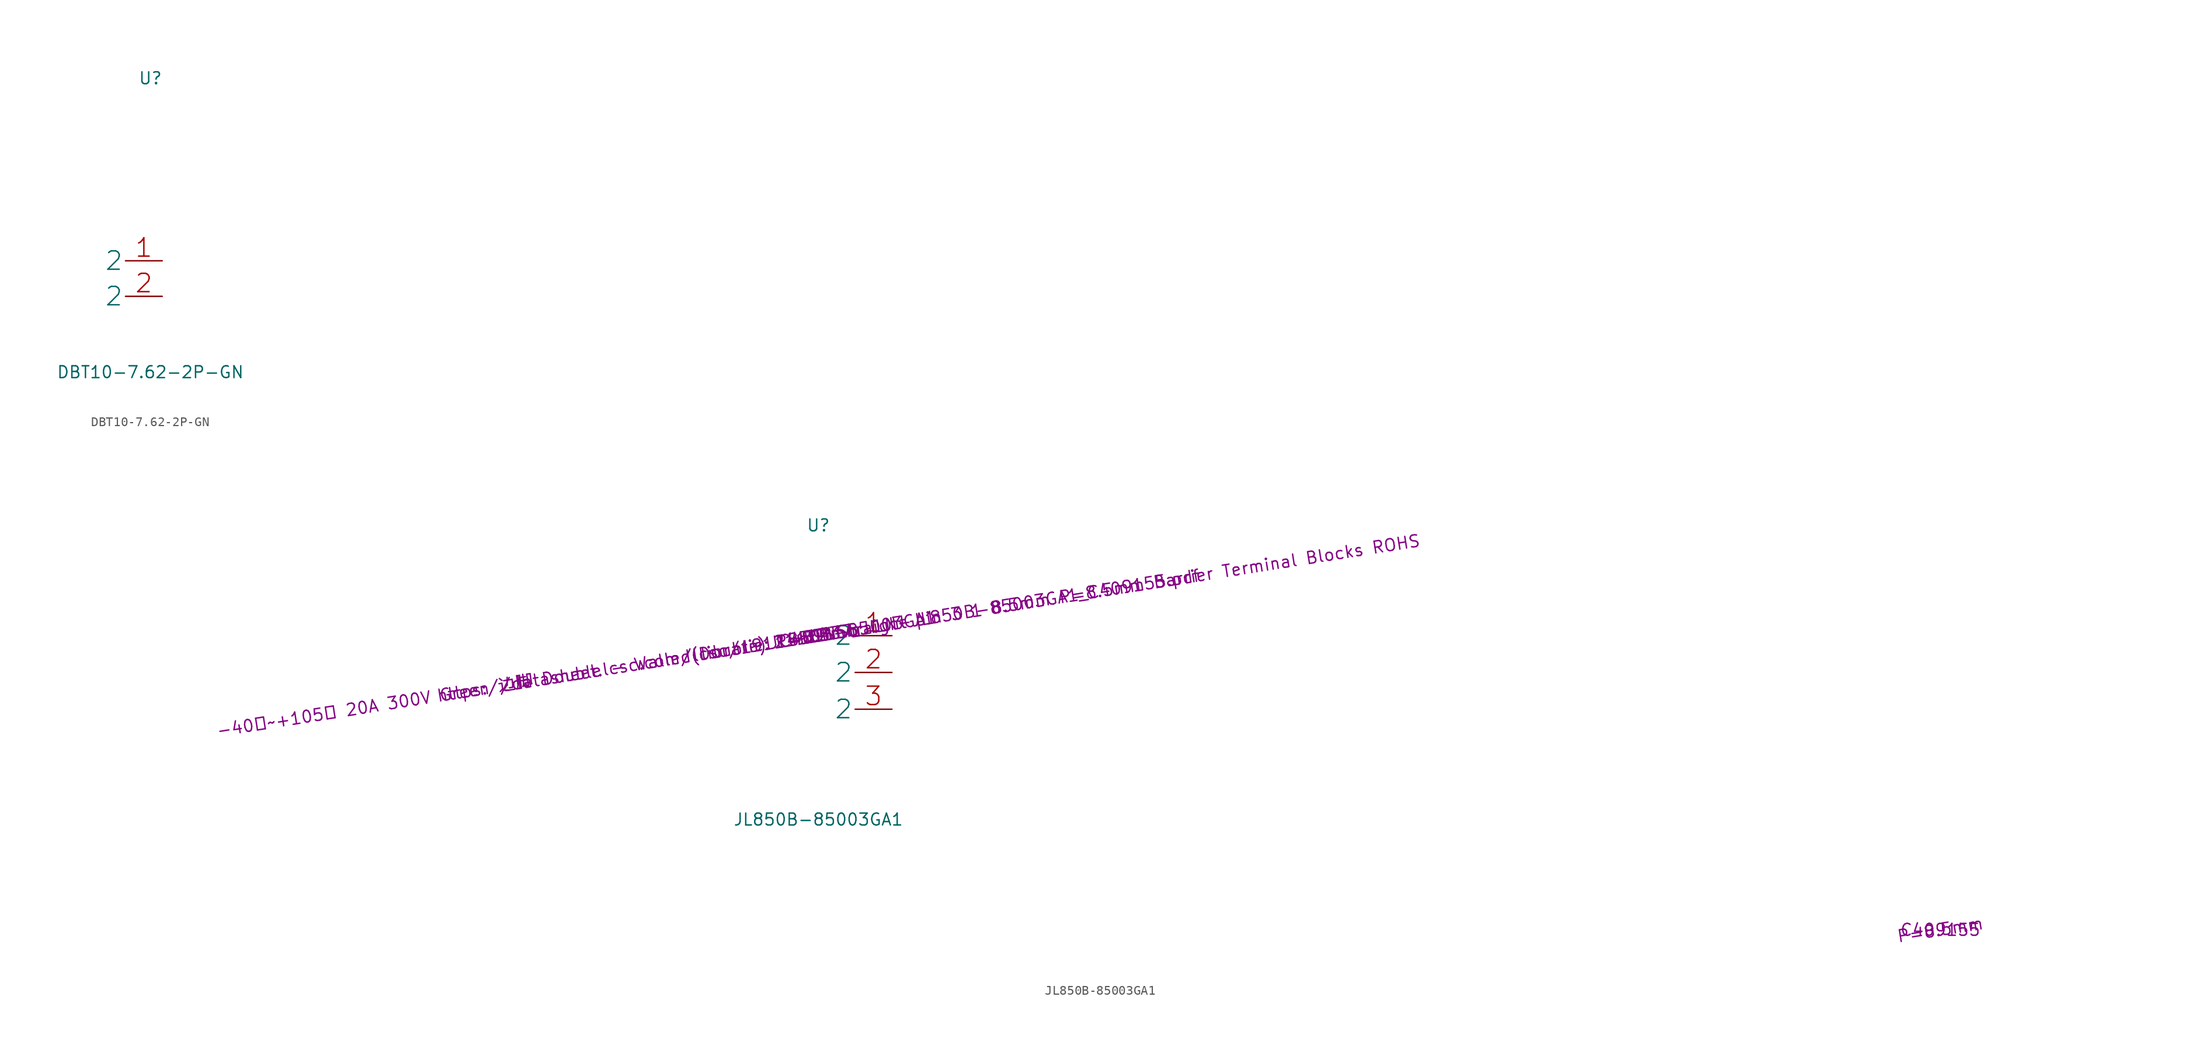
<source format=kicad_sym>
(kicad_symbol_lib
  (version 20211014)
  (generator kicad_symbol_editor)
  (symbol "DBT10-7.62-2P-GN"
    (pin_names
      (offset 0.197))
    (property "Reference" "U"
      (at 0 15.748 0)
      (effects (font (size 1.27 1.27))))
    (property "Value" "DBT10-7.62-2P-GN"
      (at 0 -15.748 0)
      (effects (font (size 1.27 1.27))))
    (symbol "DBT10-7.62-2P-GN_1_1"
      (pin unspecified line (at 1.27 -3.81 180) (length 3.937) (name "2" (effects (font (size 1.968 1.968)))) (number "1" (effects (font (size 1.968 1.968)))))
      (pin unspecified line (at 1.27 -7.62 180) (length 3.937) (name "2" (effects (font (size 1.968 1.968)))) (number "2" (effects (font (size 1.968 1.968)))))))
  (symbol "JL850B-85003GA1"
    (pin_names
      (offset 0.197))
    (property "Reference" "U"
      (at 0 15.748 0)
      (effects (font (size 1.27 1.27))))
    (property "Value" "JL850B-85003GA1"
      (at 0 -15.748 0)
      (effects (font (size 1.27 1.27))))
    (property "Footprint" "librarie:JL850B-85003GA1"
      (at 0 3.937 9)
      (effects (font (size 1.27 1.27))))
    (property "Datasheet" "https://datasheet.lcsc.com/lcsc/1912111437_JILN-JL850B-85003GA1_C409155.pdf"
      (at 0 3.937 9)
      (effects (font (size 1.27 1.27))))
    (property "LCSC Part Number" "C409155"
      (at 0 3.937 9)
      (effects (font (size 1.27 1.27))))
    (property "Manufacturer" "JILN"
      (at 0 3.937 9)
      (effects (font (size 1.27 1.27))))
    (property "Package" "P=8.5mm"
      (at 0 3.937 9)
      (effects (font (size 1.27 1.27))))
    (property "Description" "-40℃~+105℃ 20A 300V Green 边脚 Double - Walled(Double) 14~22 Straight pin 3 1 8.5mm P=8.5mm Barrier Terminal Blocks ROHS"
      (at 0 3.937 9)
      (effects (font (size 1.27 1.27))))
    (property "LCSC Part Number_1" "C409155"
      (at 120.079 -27.559 0)
      (effects (font (size 1.27 1.27))))
    (property "Package_1" "P=8.5mm"
      (at 120.079 -27.559 9)
      (effects (font (size 1.27 1.27))))
    (symbol "JL850B-85003GA1_1_1"
      (pin unspecified line (at 7.874 3.937 180) (length 3.937) (name "2" (effects (font (size 1.968 1.968)))) (number "1" (effects (font (size 1.968 1.968)))))
      (pin unspecified line (at 7.874 0 180) (length 3.937) (name "2" (effects (font (size 1.968 1.968)))) (number "2" (effects (font (size 1.968 1.968)))))
      (pin unspecified line (at 7.874 -3.937 180) (length 3.937) (name "2" (effects (font (size 1.968 1.968)))) (number "3" (effects (font (size 1.968 1.968))))))))
</source>
